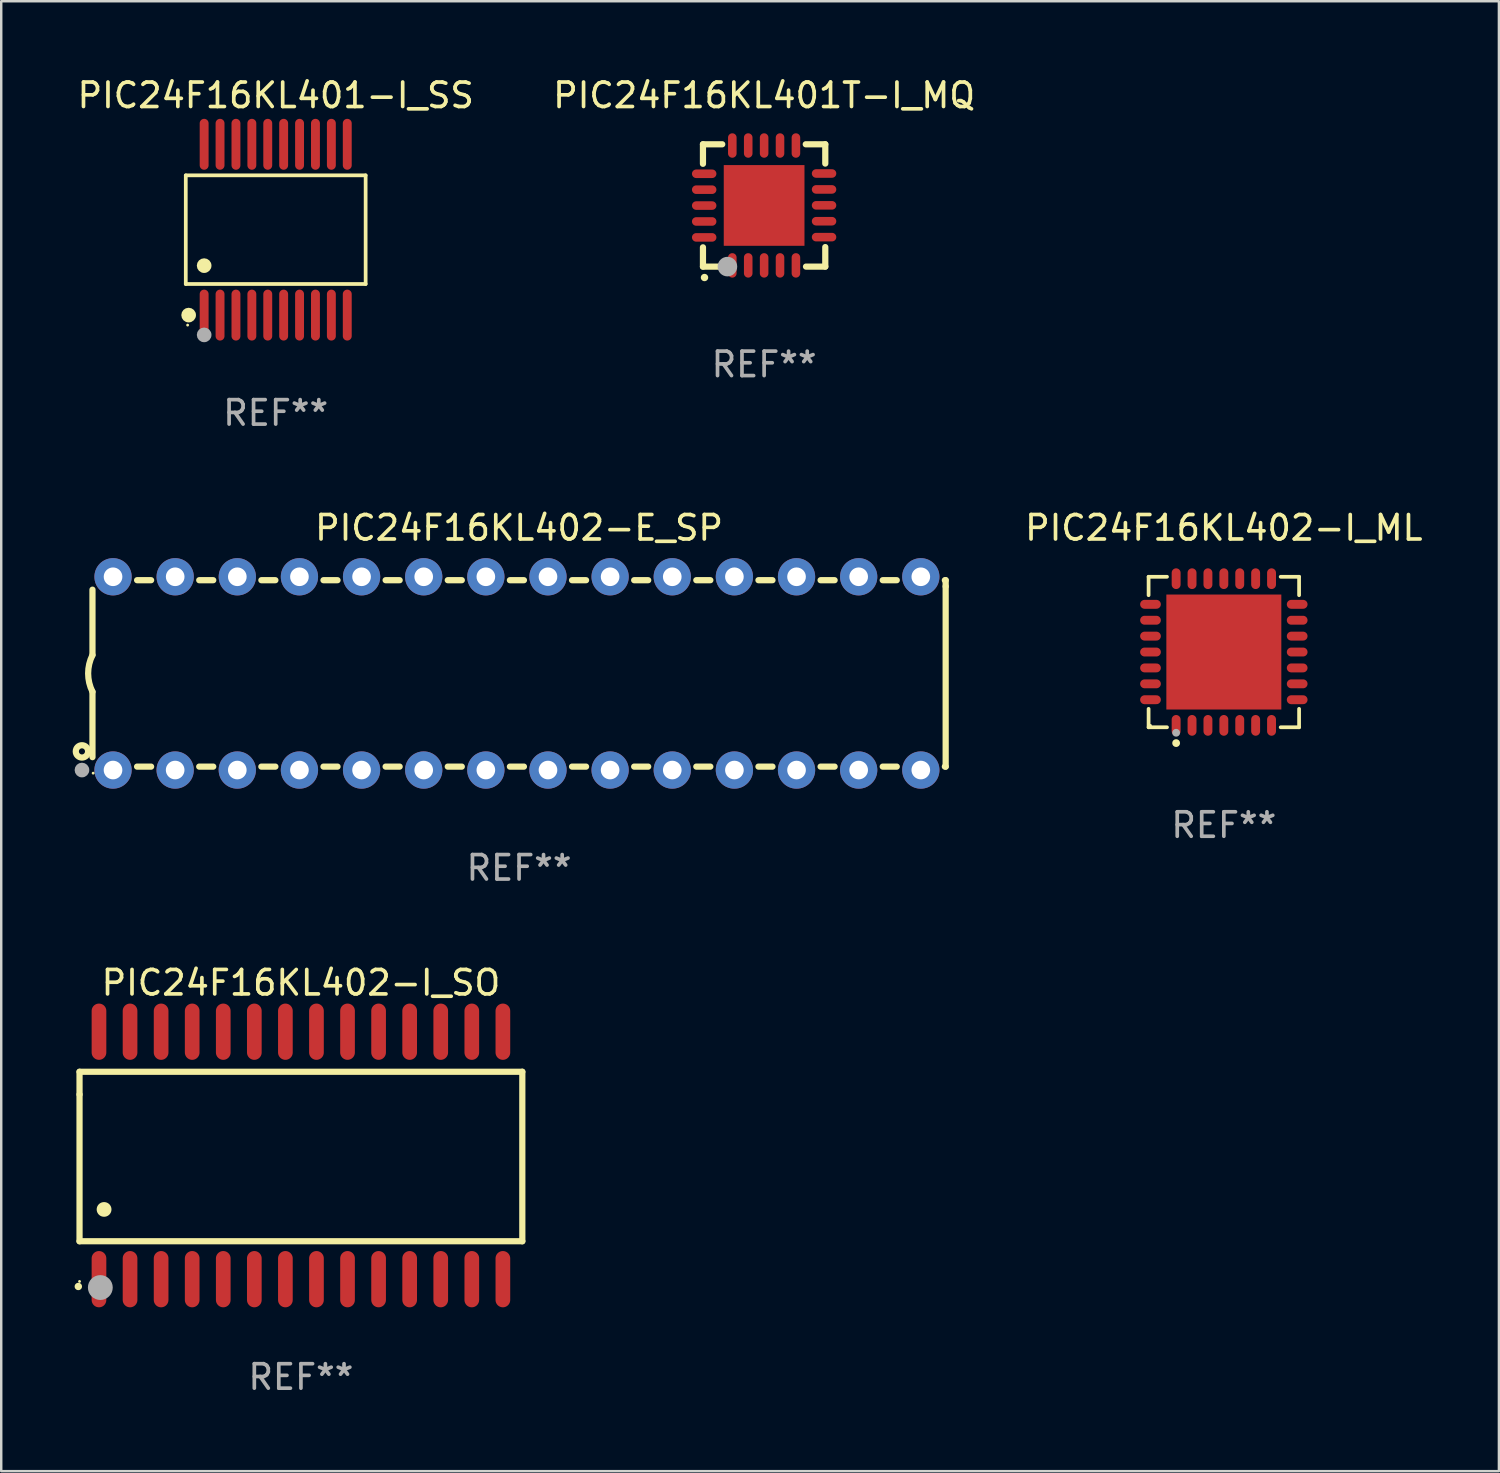
<source format=kicad_pcb>
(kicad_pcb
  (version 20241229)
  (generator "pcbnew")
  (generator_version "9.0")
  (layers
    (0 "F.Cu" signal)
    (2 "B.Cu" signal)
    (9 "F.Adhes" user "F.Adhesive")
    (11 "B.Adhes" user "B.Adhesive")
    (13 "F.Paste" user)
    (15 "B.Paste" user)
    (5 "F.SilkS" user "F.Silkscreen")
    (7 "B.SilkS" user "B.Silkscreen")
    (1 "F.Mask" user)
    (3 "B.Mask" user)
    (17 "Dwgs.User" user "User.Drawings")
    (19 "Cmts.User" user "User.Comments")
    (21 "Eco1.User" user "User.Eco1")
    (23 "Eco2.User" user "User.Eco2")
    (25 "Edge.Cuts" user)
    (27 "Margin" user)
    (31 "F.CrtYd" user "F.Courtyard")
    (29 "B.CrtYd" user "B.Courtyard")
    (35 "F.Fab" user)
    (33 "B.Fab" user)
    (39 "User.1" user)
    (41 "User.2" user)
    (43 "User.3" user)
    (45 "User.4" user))
  (footprint "PIC24F16KL401-I_SS"
    (layer "F.Cu")
    (at 8.22 6.339)
    (property "Reference" "PIC24F16KL401-I_SS" (at 0 -5.491 0) (layer "F.SilkS") (effects (font (size 1 1) (thickness 0.15))))
    (attr through_hole)
    (fp_line (start -3.676 -2.221) (end 3.676 -2.221) (stroke (width 0.152) (type solid)) (layer "F.SilkS"))
    (fp_line (start -3.676 2.221) (end -3.676 -2.221) (stroke (width 0.152) (type solid)) (layer "F.SilkS"))
    (fp_line (start 3.676 -2.221) (end 3.676 2.221) (stroke (width 0.152) (type solid)) (layer "F.SilkS"))
    (fp_line (start 3.676 2.221) (end -3.676 2.221) (stroke (width 0.152) (type solid)) (layer "F.SilkS"))
    (fp_circle (center -3.6 3.9) (end -3.57 3.9) (stroke (width 0.06) (type solid)) (fill no) (layer "F.SilkS"))
    (fp_circle (center -3.559 3.491) (end -3.409 3.491) (stroke (width 0.3) (type solid)) (fill no) (layer "F.SilkS"))
    (fp_circle (center -2.925 1.469) (end -2.775 1.469) (stroke (width 0.3) (type solid)) (fill no) (layer "F.SilkS"))
    (fp_circle (center -2.925 4.3) (end -2.775 4.3) (stroke (width 0.3) (type solid)) (fill no) (layer "F.Fab"))
    (fp_text user "REF**" (at 0 7.491 0) (layer "F.Fab") (effects (font (size 1 1) (thickness 0.15))))
    (pad "1" smd oval (at -2.925 3.491) (size 0.364 2.082) (layers "F.Cu" "F.Mask" "F.Paste"))
    (pad "2" smd oval (at -2.275 3.491) (size 0.364 2.082) (layers "F.Cu" "F.Mask" "F.Paste"))
    (pad "3" smd oval (at -1.625 3.491) (size 0.364 2.082) (layers "F.Cu" "F.Mask" "F.Paste"))
    (pad "4" smd oval (at -0.975 3.491) (size 0.364 2.082) (layers "F.Cu" "F.Mask" "F.Paste"))
    (pad "5" smd oval (at -0.325 3.491) (size 0.364 2.082) (layers "F.Cu" "F.Mask" "F.Paste"))
    (pad "6" smd oval (at 0.325 3.491) (size 0.364 2.082) (layers "F.Cu" "F.Mask" "F.Paste"))
    (pad "7" smd oval (at 0.975 3.491) (size 0.364 2.082) (layers "F.Cu" "F.Mask" "F.Paste"))
    (pad "8" smd oval (at 1.625 3.491) (size 0.364 2.082) (layers "F.Cu" "F.Mask" "F.Paste"))
    (pad "9" smd oval (at 2.275 3.491) (size 0.364 2.082) (layers "F.Cu" "F.Mask" "F.Paste"))
    (pad "10" smd oval (at 2.925 3.491) (size 0.364 2.082) (layers "F.Cu" "F.Mask" "F.Paste"))
    (pad "11" smd oval (at 2.925 -3.491) (size 0.364 2.082) (layers "F.Cu" "F.Mask" "F.Paste"))
    (pad "12" smd oval (at 2.275 -3.491) (size 0.364 2.082) (layers "F.Cu" "F.Mask" "F.Paste"))
    (pad "13" smd oval (at 1.625 -3.491) (size 0.364 2.082) (layers "F.Cu" "F.Mask" "F.Paste"))
    (pad "14" smd oval (at 0.975 -3.491) (size 0.364 2.082) (layers "F.Cu" "F.Mask" "F.Paste"))
    (pad "15" smd oval (at 0.325 -3.491) (size 0.364 2.082) (layers "F.Cu" "F.Mask" "F.Paste"))
    (pad "16" smd oval (at -0.325 -3.491) (size 0.364 2.082) (layers "F.Cu" "F.Mask" "F.Paste"))
    (pad "17" smd oval (at -0.975 -3.491) (size 0.364 2.082) (layers "F.Cu" "F.Mask" "F.Paste"))
    (pad "18" smd oval (at -1.625 -3.491) (size 0.364 2.082) (layers "F.Cu" "F.Mask" "F.Paste"))
    (pad "19" smd oval (at -2.275 -3.491) (size 0.364 2.082) (layers "F.Cu" "F.Mask" "F.Paste"))
    (pad "20" smd oval (at -2.925 -3.491) (size 0.364 2.082) (layers "F.Cu" "F.Mask" "F.Paste")))
  (footprint "PIC24F16KL402-I_ML"
    (layer "F.Cu")
    (at 46.977 23.603)
    (property "Reference" "PIC24F16KL402-I_ML" (at 0 -5.076 0) (layer "F.SilkS") (effects (font (size 1 1) (thickness 0.15))))
    (attr through_hole)
    (fp_line (start -3.076 -3.076) (end -2.323 -3.076) (stroke (width 0.152) (type solid)) (layer "F.SilkS"))
    (fp_line (start -3.076 -2.323) (end -3.076 -3.076) (stroke (width 0.152) (type solid)) (layer "F.SilkS"))
    (fp_line (start -3.076 2.323) (end -3.076 3.076) (stroke (width 0.152) (type solid)) (layer "F.SilkS"))
    (fp_line (start -3.076 3.076) (end -2.323 3.076) (stroke (width 0.152) (type solid)) (layer "F.SilkS"))
    (fp_line (start 3.076 -3.076) (end 2.323 -3.076) (stroke (width 0.152) (type solid)) (layer "F.SilkS"))
    (fp_line (start 3.076 -2.323) (end 3.076 -3.076) (stroke (width 0.152) (type solid)) (layer "F.SilkS"))
    (fp_line (start 3.076 2.323) (end 3.076 3.076) (stroke (width 0.152) (type solid)) (layer "F.SilkS"))
    (fp_line (start 3.076 3.076) (end 2.323 3.076) (stroke (width 0.152) (type solid)) (layer "F.SilkS"))
    (fp_circle (center -3 3) (end -2.97 3) (stroke (width 0.06) (type solid)) (fill no) (layer "F.SilkS"))
    (fp_circle (center -1.95 3.722) (end -1.87 3.722) (stroke (width 0.16) (type solid)) (fill no) (layer "F.SilkS"))
    (fp_circle (center -1.95 3.3) (end -1.87 3.3) (stroke (width 0.16) (type solid)) (fill no) (layer "F.Fab"))
    (fp_text user "REF**" (at 0 7.076 0) (layer "F.Fab") (effects (font (size 1 1) (thickness 0.15))))
    (pad "1" smd oval (at -1.95 2.998) (size 0.364 0.847) (layers "F.Cu" "F.Mask" "F.Paste"))
    (pad "2" smd oval (at -1.3 2.998) (size 0.364 0.847) (layers "F.Cu" "F.Mask" "F.Paste"))
    (pad "3" smd oval (at -0.65 2.998) (size 0.364 0.847) (layers "F.Cu" "F.Mask" "F.Paste"))
    (pad "4" smd oval (at 0 2.998) (size 0.364 0.847) (layers "F.Cu" "F.Mask" "F.Paste"))
    (pad "5" smd oval (at 0.65 2.998) (size 0.364 0.847) (layers "F.Cu" "F.Mask" "F.Paste"))
    (pad "6" smd oval (at 1.3 2.998) (size 0.364 0.847) (layers "F.Cu" "F.Mask" "F.Paste"))
    (pad "7" smd oval (at 1.95 2.998) (size 0.364 0.847) (layers "F.Cu" "F.Mask" "F.Paste"))
    (pad "8" smd oval (at 2.998 1.95) (size 0.847 0.364) (layers "F.Cu" "F.Mask" "F.Paste"))
    (pad "9" smd oval (at 2.998 1.3) (size 0.847 0.364) (layers "F.Cu" "F.Mask" "F.Paste"))
    (pad "10" smd oval (at 2.998 0.65) (size 0.847 0.364) (layers "F.Cu" "F.Mask" "F.Paste"))
    (pad "11" smd oval (at 2.998 0) (size 0.847 0.364) (layers "F.Cu" "F.Mask" "F.Paste"))
    (pad "12" smd oval (at 2.998 -0.65) (size 0.847 0.364) (layers "F.Cu" "F.Mask" "F.Paste"))
    (pad "13" smd oval (at 2.998 -1.3) (size 0.847 0.364) (layers "F.Cu" "F.Mask" "F.Paste"))
    (pad "14" smd oval (at 2.998 -1.95) (size 0.847 0.364) (layers "F.Cu" "F.Mask" "F.Paste"))
    (pad "15" smd oval (at 1.95 -2.998) (size 0.364 0.847) (layers "F.Cu" "F.Mask" "F.Paste"))
    (pad "16" smd oval (at 1.3 -2.998) (size 0.364 0.847) (layers "F.Cu" "F.Mask" "F.Paste"))
    (pad "17" smd oval (at 0.65 -2.998) (size 0.364 0.847) (layers "F.Cu" "F.Mask" "F.Paste"))
    (pad "18" smd oval (at 0 -2.998) (size 0.364 0.847) (layers "F.Cu" "F.Mask" "F.Paste"))
    (pad "19" smd oval (at -0.65 -2.998) (size 0.364 0.847) (layers "F.Cu" "F.Mask" "F.Paste"))
    (pad "20" smd oval (at -1.3 -2.998) (size 0.364 0.847) (layers "F.Cu" "F.Mask" "F.Paste"))
    (pad "21" smd oval (at -1.95 -2.998) (size 0.364 0.847) (layers "F.Cu" "F.Mask" "F.Paste"))
    (pad "22" smd oval (at -2.998 -1.95) (size 0.847 0.364) (layers "F.Cu" "F.Mask" "F.Paste"))
    (pad "23" smd oval (at -2.998 -1.3) (size 0.847 0.364) (layers "F.Cu" "F.Mask" "F.Paste"))
    (pad "24" smd oval (at -2.998 -0.65) (size 0.847 0.364) (layers "F.Cu" "F.Mask" "F.Paste"))
    (pad "25" smd oval (at -2.998 0) (size 0.847 0.364) (layers "F.Cu" "F.Mask" "F.Paste"))
    (pad "26" smd oval (at -2.998 0.65) (size 0.847 0.364) (layers "F.Cu" "F.Mask" "F.Paste"))
    (pad "27" smd oval (at -2.998 1.3) (size 0.847 0.364) (layers "F.Cu" "F.Mask" "F.Paste"))
    (pad "28" smd oval (at -2.998 1.95) (size 0.847 0.364) (layers "F.Cu" "F.Mask" "F.Paste"))
    (pad "29" smd rect (at 0 0) (size 4.7 4.7) (layers "F.Cu" "F.Mask" "F.Paste")))
  (footprint "PIC24F16KL401T-I_MQ"
    (layer "F.Cu")
    (at 28.185 5.348)
    (property "Reference" "PIC24F16KL401T-I_MQ" (at 0 -4.5 0) (layer "F.SilkS") (effects (font (size 1 1) (thickness 0.15))))
    (attr through_hole)
    (fp_line (start -2.5 -2.5) (end -1.712 -2.5) (stroke (width 0.254) (type solid)) (layer "F.SilkS"))
    (fp_line (start -2.5 -1.702) (end -2.5 -2.5) (stroke (width 0.254) (type solid)) (layer "F.SilkS"))
    (fp_line (start -2.5 2.5) (end -2.5 1.712) (stroke (width 0.254) (type solid)) (layer "F.SilkS"))
    (fp_line (start -1.702 2.5) (end -2.5 2.5) (stroke (width 0.254) (type solid)) (layer "F.SilkS"))
    (fp_line (start 1.702 -2.5) (end 2.5 -2.5) (stroke (width 0.254) (type solid)) (layer "F.SilkS"))
    (fp_line (start 2.5 -2.5) (end 2.5 -1.712) (stroke (width 0.254) (type solid)) (layer "F.SilkS"))
    (fp_line (start 2.5 1.702) (end 2.5 2.5) (stroke (width 0.254) (type solid)) (layer "F.SilkS"))
    (fp_line (start 2.5 2.5) (end 1.712 2.5) (stroke (width 0.254) (type solid)) (layer "F.SilkS"))
    (fp_arc (start -2.438405 2.946406) (mid -2.437135 2.946401) (end -2.435865 2.946406) (stroke (width 0.3) (type solid)) (layer "F.SilkS"))
    (fp_circle (center -2.5 2.5) (end -2.45 2.5) (stroke (width 0.1) (type solid)) (fill no) (layer "F.SilkS"))
    (fp_circle (center -1.5 2.5) (end -1.3 2.5) (stroke (width 0.4) (type solid)) (fill no) (layer "F.Fab"))
    (fp_text user "REF**" (at 0 6.5 0) (layer "F.Fab") (effects (font (size 1 1) (thickness 0.15))))
    (pad "1" smd oval (at -1.3 2.45) (size 0.35 1) (layers "F.Cu" "F.Mask" "F.Paste"))
    (pad "2" smd oval (at -0.65 2.45) (size 0.35 1) (layers "F.Cu" "F.Mask" "F.Paste"))
    (pad "3" smd oval (at 0 2.45) (size 0.35 1) (layers "F.Cu" "F.Mask" "F.Paste"))
    (pad "4" smd oval (at 0.65 2.45) (size 0.35 1) (layers "F.Cu" "F.Mask" "F.Paste"))
    (pad "5" smd oval (at 1.3 2.45) (size 0.35 1) (layers "F.Cu" "F.Mask" "F.Paste"))
    (pad "6" smd oval (at 2.45 1.295) (size 1 0.35) (layers "F.Cu" "F.Mask" "F.Paste"))
    (pad "7" smd oval (at 2.45 0.645) (size 1 0.35) (layers "F.Cu" "F.Mask" "F.Paste"))
    (pad "8" smd oval (at 2.45 -0.005) (size 1 0.35) (layers "F.Cu" "F.Mask" "F.Paste"))
    (pad "9" smd oval (at 2.45 -0.655) (size 1 0.35) (layers "F.Cu" "F.Mask" "F.Paste"))
    (pad "10" smd oval (at 2.45 -1.306) (size 1 0.35) (layers "F.Cu" "F.Mask" "F.Paste"))
    (pad "11" smd oval (at 1.3 -2.45) (size 0.35 1) (layers "F.Cu" "F.Mask" "F.Paste"))
    (pad "12" smd oval (at 0.65 -2.45) (size 0.35 1) (layers "F.Cu" "F.Mask" "F.Paste"))
    (pad "13" smd oval (at 0 -2.45) (size 0.35 1) (layers "F.Cu" "F.Mask" "F.Paste"))
    (pad "14" smd oval (at -0.65 -2.45) (size 0.35 1) (layers "F.Cu" "F.Mask" "F.Paste"))
    (pad "15" smd oval (at -1.3 -2.45) (size 0.35 1) (layers "F.Cu" "F.Mask" "F.Paste"))
    (pad "16" smd oval (at -2.45 -1.295) (size 1 0.35) (layers "F.Cu" "F.Mask" "F.Paste"))
    (pad "17" smd oval (at -2.45 -0.645) (size 1 0.35) (layers "F.Cu" "F.Mask" "F.Paste"))
    (pad "18" smd oval (at -2.45 0.005) (size 1 0.35) (layers "F.Cu" "F.Mask" "F.Paste"))
    (pad "19" smd oval (at -2.45 0.655) (size 1 0.35) (layers "F.Cu" "F.Mask" "F.Paste"))
    (pad "20" smd oval (at -2.45 1.306) (size 1 0.35) (layers "F.Cu" "F.Mask" "F.Paste"))
    (pad "21" smd rect (at 0 0) (size 3.3 3.3) (layers "F.Cu" "F.Mask" "F.Paste")))
  (footprint "PIC24F16KL402-I_SO"
    (layer "F.Cu")
    (at 9.251 44.181)
    (property "Reference" "PIC24F16KL402-I_SO" (at 0 -7.058 0) (layer "F.SilkS") (effects (font (size 1 1) (thickness 0.15))))
    (attr through_hole)
    (fp_line (start -9.05 -3.42) (end 9.05 -3.42) (stroke (width 0.254) (type solid)) (layer "F.SilkS"))
    (fp_line (start -9.05 -2.492) (end -9.05 -3.42) (stroke (width 0.254) (type solid)) (layer "F.SilkS"))
    (fp_line (start -9.05 3.508) (end -9.05 -2.492) (stroke (width 0.254) (type solid)) (layer "F.SilkS"))
    (fp_line (start 9.05 -3.42) (end 9.05 3.508) (stroke (width 0.254) (type solid)) (layer "F.SilkS"))
    (fp_line (start 9.05 3.508) (end -9.05 3.508) (stroke (width 0.254) (type solid)) (layer "F.SilkS"))
    (fp_arc (start -9.100838 5.35649) (mid -9.099568 5.356485) (end -9.098298 5.35649) (stroke (width 0.3) (type solid)) (layer "F.SilkS"))
    (fp_arc (start -8.049276 2.206883) (mid -8.046736 2.206872) (end -8.044196 2.206883) (stroke (width 0.6) (type solid)) (layer "F.SilkS"))
    (fp_circle (center -9.05 5.15) (end -9.02 5.15) (stroke (width 0.06) (type solid)) (fill no) (layer "F.SilkS"))
    (fp_circle (center -8.2 5.4) (end -7.946 5.4) (stroke (width 0.508) (type solid)) (fill no) (layer "F.Fab"))
    (fp_text user "REF**" (at 0 9.058 0) (layer "F.Fab") (effects (font (size 1 1) (thickness 0.15))))
    (pad "1" smd oval (at -8.255 5.058 180) (size 0.6 2.3) (layers "F.Cu" "F.Mask" "F.Paste"))
    (pad "2" smd oval (at -6.985 5.058 180) (size 0.6 2.3) (layers "F.Cu" "F.Mask" "F.Paste"))
    (pad "3" smd oval (at -5.715 5.058 180) (size 0.6 2.3) (layers "F.Cu" "F.Mask" "F.Paste"))
    (pad "4" smd oval (at -4.445 5.058 180) (size 0.6 2.3) (layers "F.Cu" "F.Mask" "F.Paste"))
    (pad "5" smd oval (at -3.175 5.058 180) (size 0.6 2.3) (layers "F.Cu" "F.Mask" "F.Paste"))
    (pad "6" smd oval (at -1.905 5.058 180) (size 0.6 2.3) (layers "F.Cu" "F.Mask" "F.Paste"))
    (pad "7" smd oval (at -0.635 5.058 180) (size 0.6 2.3) (layers "F.Cu" "F.Mask" "F.Paste"))
    (pad "8" smd oval (at 0.635 5.058 180) (size 0.6 2.3) (layers "F.Cu" "F.Mask" "F.Paste"))
    (pad "9" smd oval (at 1.905 5.058 180) (size 0.6 2.3) (layers "F.Cu" "F.Mask" "F.Paste"))
    (pad "10" smd oval (at 3.175 5.058 180) (size 0.6 2.3) (layers "F.Cu" "F.Mask" "F.Paste"))
    (pad "11" smd oval (at 4.445 5.058 180) (size 0.6 2.3) (layers "F.Cu" "F.Mask" "F.Paste"))
    (pad "12" smd oval (at 5.715 5.058 180) (size 0.6 2.3) (layers "F.Cu" "F.Mask" "F.Paste"))
    (pad "13" smd oval (at 6.985 5.058 180) (size 0.6 2.3) (layers "F.Cu" "F.Mask" "F.Paste"))
    (pad "14" smd oval (at 8.255 5.058 180) (size 0.6 2.3) (layers "F.Cu" "F.Mask" "F.Paste"))
    (pad "15" smd oval (at 8.255 -5.058 180) (size 0.6 2.3) (layers "F.Cu" "F.Mask" "F.Paste"))
    (pad "16" smd oval (at 6.985 -5.058 180) (size 0.6 2.3) (layers "F.Cu" "F.Mask" "F.Paste"))
    (pad "17" smd oval (at 5.715 -5.058 180) (size 0.6 2.3) (layers "F.Cu" "F.Mask" "F.Paste"))
    (pad "18" smd oval (at 4.445 -5.058 180) (size 0.6 2.3) (layers "F.Cu" "F.Mask" "F.Paste"))
    (pad "19" smd oval (at 3.175 -5.058 180) (size 0.6 2.3) (layers "F.Cu" "F.Mask" "F.Paste"))
    (pad "20" smd oval (at 1.905 -5.058 180) (size 0.6 2.3) (layers "F.Cu" "F.Mask" "F.Paste"))
    (pad "21" smd oval (at 0.635 -5.058 180) (size 0.6 2.3) (layers "F.Cu" "F.Mask" "F.Paste"))
    (pad "22" smd oval (at -0.635 -5.058 180) (size 0.6 2.3) (layers "F.Cu" "F.Mask" "F.Paste"))
    (pad "23" smd oval (at -1.905 -5.058 180) (size 0.6 2.3) (layers "F.Cu" "F.Mask" "F.Paste"))
    (pad "24" smd oval (at -3.175 -5.058 180) (size 0.6 2.3) (layers "F.Cu" "F.Mask" "F.Paste"))
    (pad "25" smd oval (at -4.445 -5.058 180) (size 0.6 2.3) (layers "F.Cu" "F.Mask" "F.Paste"))
    (pad "26" smd oval (at -5.715 -5.058 180) (size 0.6 2.3) (layers "F.Cu" "F.Mask" "F.Paste"))
    (pad "27" smd oval (at -6.985 -5.058 180) (size 0.6 2.3) (layers "F.Cu" "F.Mask" "F.Paste"))
    (pad "28" smd oval (at -8.255 -5.058 180) (size 0.6 2.3) (layers "F.Cu" "F.Mask" "F.Paste")))
  (footprint "PIC24F16KL402-E_SP"
    (layer "F.Cu")
    (at 18.168 24.477)
    (property "Reference" "PIC24F16KL402-E_SP" (at 0 -5.95 0) (layer "F.SilkS") (effects (font (size 1 1) (thickness 0.15))))
    (attr through_hole)
    (fp_line (start -17.438 0.75) (end -17.438 3.423) (stroke (width 0.254) (type solid)) (layer "F.SilkS"))
    (fp_line (start -17.438 -3.423) (end -17.438 -0.75) (stroke (width 0.254) (type solid)) (layer "F.SilkS"))
    (fp_line (start -15.615 3.81) (end -15.041 3.81) (stroke (width 0.254) (type solid)) (layer "F.SilkS"))
    (fp_line (start -15.041 -3.81) (end -15.614 -3.81) (stroke (width 0.254) (type solid)) (layer "F.SilkS"))
    (fp_line (start -13.075 3.81) (end -12.501 3.81) (stroke (width 0.254) (type solid)) (layer "F.SilkS"))
    (fp_line (start -12.501 -3.81) (end -13.074 -3.81) (stroke (width 0.254) (type solid)) (layer "F.SilkS"))
    (fp_line (start -10.535 3.81) (end -9.961 3.81) (stroke (width 0.254) (type solid)) (layer "F.SilkS"))
    (fp_line (start -9.961 -3.81) (end -10.534 -3.81) (stroke (width 0.254) (type solid)) (layer "F.SilkS"))
    (fp_line (start -7.995 3.81) (end -7.421 3.81) (stroke (width 0.254) (type solid)) (layer "F.SilkS"))
    (fp_line (start -7.421 -3.81) (end -7.995 -3.81) (stroke (width 0.254) (type solid)) (layer "F.SilkS"))
    (fp_line (start -5.455 3.81) (end -4.881 3.81) (stroke (width 0.254) (type solid)) (layer "F.SilkS"))
    (fp_line (start -4.881 -3.81) (end -5.455 -3.81) (stroke (width 0.254) (type solid)) (layer "F.SilkS"))
    (fp_line (start -2.915 3.81) (end -2.341 3.81) (stroke (width 0.254) (type solid)) (layer "F.SilkS"))
    (fp_line (start -2.341 -3.81) (end -2.915 -3.81) (stroke (width 0.254) (type solid)) (layer "F.SilkS"))
    (fp_line (start -0.375 3.81) (end 0.199 3.81) (stroke (width 0.254) (type solid)) (layer "F.SilkS"))
    (fp_line (start 0.199 -3.81) (end -0.375 -3.81) (stroke (width 0.254) (type solid)) (layer "F.SilkS"))
    (fp_line (start 2.165 3.81) (end 2.739 3.81) (stroke (width 0.254) (type solid)) (layer "F.SilkS"))
    (fp_line (start 2.739 -3.81) (end 2.165 -3.81) (stroke (width 0.254) (type solid)) (layer "F.SilkS"))
    (fp_line (start 4.705 3.81) (end 5.279 3.81) (stroke (width 0.254) (type solid)) (layer "F.SilkS"))
    (fp_line (start 5.279 -3.81) (end 4.705 -3.81) (stroke (width 0.254) (type solid)) (layer "F.SilkS"))
    (fp_line (start 7.245 3.81) (end 7.819 3.81) (stroke (width 0.254) (type solid)) (layer "F.SilkS"))
    (fp_line (start 7.819 -3.81) (end 7.245 -3.81) (stroke (width 0.254) (type solid)) (layer "F.SilkS"))
    (fp_line (start 9.785 3.81) (end 10.359 3.81) (stroke (width 0.254) (type solid)) (layer "F.SilkS"))
    (fp_line (start 10.359 -3.81) (end 9.785 -3.81) (stroke (width 0.254) (type solid)) (layer "F.SilkS"))
    (fp_line (start 12.325 3.81) (end 12.899 3.81) (stroke (width 0.254) (type solid)) (layer "F.SilkS"))
    (fp_line (start 12.899 -3.81) (end 12.325 -3.81) (stroke (width 0.254) (type solid)) (layer "F.SilkS"))
    (fp_line (start 14.865 3.81) (end 15.439 3.81) (stroke (width 0.254) (type solid)) (layer "F.SilkS"))
    (fp_line (start 15.439 -3.81) (end 14.865 -3.81) (stroke (width 0.254) (type solid)) (layer "F.SilkS"))
    (fp_line (start 17.405 3.81) (end 17.438 3.81) (stroke (width 0.254) (type solid)) (layer "F.SilkS"))
    (fp_line (start 17.438 -3.81) (end 17.405 -3.81) (stroke (width 0.254) (type solid)) (layer "F.SilkS"))
    (fp_line (start 17.438 -3.556) (end 17.438 -3.81) (stroke (width 0.254) (type solid)) (layer "F.SilkS"))
    (fp_line (start 17.438 3.81) (end 17.438 -3.556) (stroke (width 0.254) (type solid)) (layer "F.SilkS"))
    (fp_arc (start -17.437986 0.749657) (mid -17.614887 -0.000024) (end -17.437783 -0.749657) (stroke (width 0.254001) (type solid)) (layer "F.SilkS"))
    (fp_circle (center -17.868 3.188) (end -17.743 3.188) (stroke (width 0.254) (type solid)) (fill no) (layer "F.SilkS"))
    (fp_circle (center -17.411 4.077) (end -17.381 4.077) (stroke (width 0.06) (type solid)) (fill no) (layer "F.SilkS"))
    (fp_circle (center -17.868 3.95) (end -17.718 3.95) (stroke (width 0.3) (type solid)) (fill no) (layer "F.Fab"))
    (fp_text user "REF**" (at 0 7.95 0) (layer "F.Fab") (effects (font (size 1 1) (thickness 0.15))))
    (pad "1" thru_hole circle (at -16.598 3.95) (size 1.524 1.524) (drill 0.762) (layers "*.Cu" "*.Mask"))
    (pad "2" thru_hole circle (at -14.058 3.95) (size 1.524 1.524) (drill 0.762) (layers "*.Cu" "*.Mask"))
    (pad "3" thru_hole circle (at -11.518 3.95) (size 1.524 1.524) (drill 0.762) (layers "*.Cu" "*.Mask"))
    (pad "4" thru_hole circle (at -8.978 3.95) (size 1.524 1.524) (drill 0.762) (layers "*.Cu" "*.Mask"))
    (pad "5" thru_hole circle (at -6.438 3.95) (size 1.524 1.524) (drill 0.762) (layers "*.Cu" "*.Mask"))
    (pad "6" thru_hole circle (at -3.898 3.95) (size 1.524 1.524) (drill 0.762) (layers "*.Cu" "*.Mask"))
    (pad "7" thru_hole circle (at -1.358 3.95) (size 1.524 1.524) (drill 0.762) (layers "*.Cu" "*.Mask"))
    (pad "8" thru_hole circle (at 1.182 3.95) (size 1.524 1.524) (drill 0.762) (layers "*.Cu" "*.Mask"))
    (pad "9" thru_hole circle (at 3.722 3.95) (size 1.524 1.524) (drill 0.762) (layers "*.Cu" "*.Mask"))
    (pad "10" thru_hole circle (at 6.262 3.95) (size 1.524 1.524) (drill 0.762) (layers "*.Cu" "*.Mask"))
    (pad "11" thru_hole circle (at 8.802 3.95) (size 1.524 1.524) (drill 0.762) (layers "*.Cu" "*.Mask"))
    (pad "12" thru_hole circle (at 11.342 3.95) (size 1.524 1.524) (drill 0.762) (layers "*.Cu" "*.Mask"))
    (pad "13" thru_hole circle (at 13.882 3.95) (size 1.524 1.524) (drill 0.762) (layers "*.Cu" "*.Mask"))
    (pad "14" thru_hole circle (at 16.422 3.95) (size 1.524 1.524) (drill 0.762) (layers "*.Cu" "*.Mask"))
    (pad "15" thru_hole circle (at 16.422 -3.95) (size 1.524 1.524) (drill 0.762) (layers "*.Cu" "*.Mask"))
    (pad "16" thru_hole circle (at 13.882 -3.95) (size 1.524 1.524) (drill 0.762) (layers "*.Cu" "*.Mask"))
    (pad "17" thru_hole circle (at 11.342 -3.95) (size 1.524 1.524) (drill 0.762) (layers "*.Cu" "*.Mask"))
    (pad "18" thru_hole circle (at 8.802 -3.95) (size 1.524 1.524) (drill 0.762) (layers "*.Cu" "*.Mask"))
    (pad "19" thru_hole circle (at 6.262 -3.95) (size 1.524 1.524) (drill 0.762) (layers "*.Cu" "*.Mask"))
    (pad "20" thru_hole circle (at 3.722 -3.95) (size 1.524 1.524) (drill 0.762) (layers "*.Cu" "*.Mask"))
    (pad "21" thru_hole circle (at 1.182 -3.95) (size 1.524 1.524) (drill 0.762) (layers "*.Cu" "*.Mask"))
    (pad "22" thru_hole circle (at -1.358 -3.95) (size 1.524 1.524) (drill 0.762) (layers "*.Cu" "*.Mask"))
    (pad "23" thru_hole circle (at -3.898 -3.95) (size 1.524 1.524) (drill 0.762) (layers "*.Cu" "*.Mask"))
    (pad "24" thru_hole circle (at -6.438 -3.95) (size 1.524 1.524) (drill 0.762) (layers "*.Cu" "*.Mask"))
    (pad "25" thru_hole circle (at -8.978 -3.95) (size 1.524 1.524) (drill 0.762) (layers "*.Cu" "*.Mask"))
    (pad "26" thru_hole circle (at -11.517 -3.95) (size 1.524 1.524) (drill 0.762) (layers "*.Cu" "*.Mask"))
    (pad "27" thru_hole circle (at -14.057 -3.95) (size 1.524 1.524) (drill 0.762) (layers "*.Cu" "*.Mask"))
    (pad "28" thru_hole circle (at -16.597 -3.95) (size 1.524 1.524) (drill 0.762) (layers "*.Cu" "*.Mask")))
  (gr_rect
    (start -3 -3)
    (end 58.221 57.086)
    (stroke (width 0.1) (type default))
    (fill no)
    (layer "Edge.Cuts")))
</source>
